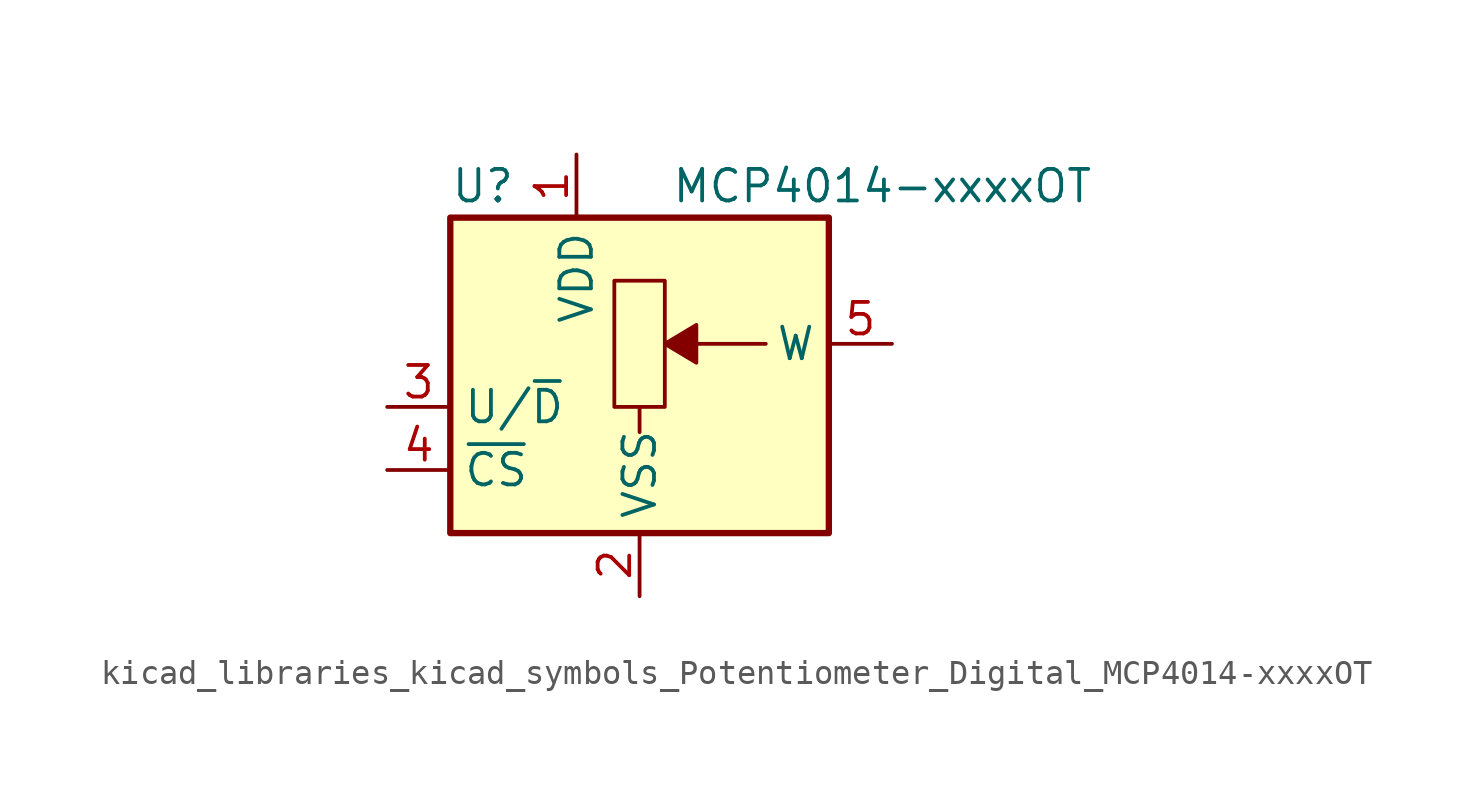
<source format=kicad_sym>
(kicad_symbol_lib
  (version 20220914)
  (generator kicad_symbol_editor)
  (symbol "kicad_libraries_kicad_symbols_Potentiometer_Digital_MCP4014-xxxxOT"
    (property "Reference" "U"
      (at -7.62 8.89 0)
      (effects (font (size 1.27 1.27)) (justify left)))
    (property "Value" "MCP4014-xxxxOT"
      (at 1.27 8.89 0)
      (effects (font (size 1.27 1.27)) (justify left)))
    (symbol "kicad_libraries_kicad_symbols_Potentiometer_Digital_MCP4014-xxxxOT_1_1"
      (rectangle (start -7.62 7.62) (end 7.62 -5.08) (stroke (width 0.254) (type default)) (fill (type background)))
      (polyline (pts (xy 0 0) (xy 0 -1.016)) (stroke (width 0) (type default)) (fill (type none)))
      (polyline (pts (xy 5.08 2.54) (xy 2.286 2.54)) (stroke (width 0) (type default)) (fill (type none)))
      (polyline (pts (xy 2.286 1.778) (xy 2.286 3.302) (xy 1.016 2.54) (xy 2.286 1.778)) (stroke (width 0) (type default)) (fill (type outline)))
      (rectangle (start 1.016 0) (end -1.016 5.08) (stroke (width 0) (type default)) (fill (type none)))
      (pin power_in line (at -2.54 10.16 270) (length 2.54) (name "VDD" (effects (font (size 1.27 1.27)))) (number "1" (effects (font (size 1.27 1.27)))))
      (pin power_in line (at 0 -7.62 90) (length 2.54) (name "VSS" (effects (font (size 1.27 1.27)))) (number "2" (effects (font (size 1.27 1.27)))))
      (pin input line (at -10.16 0 0) (length 2.54) (name "U/~{D}" (effects (font (size 1.27 1.27)))) (number "3" (effects (font (size 1.27 1.27)))))
      (pin input line (at -10.16 -2.54 0) (length 2.54) (name "~{CS}" (effects (font (size 1.27 1.27)))) (number "4" (effects (font (size 1.27 1.27)))))
      (pin passive line (at 10.16 2.54 180) (length 2.54) (name "W" (effects (font (size 1.27 1.27)))) (number "5" (effects (font (size 1.27 1.27))))))))
</source>
